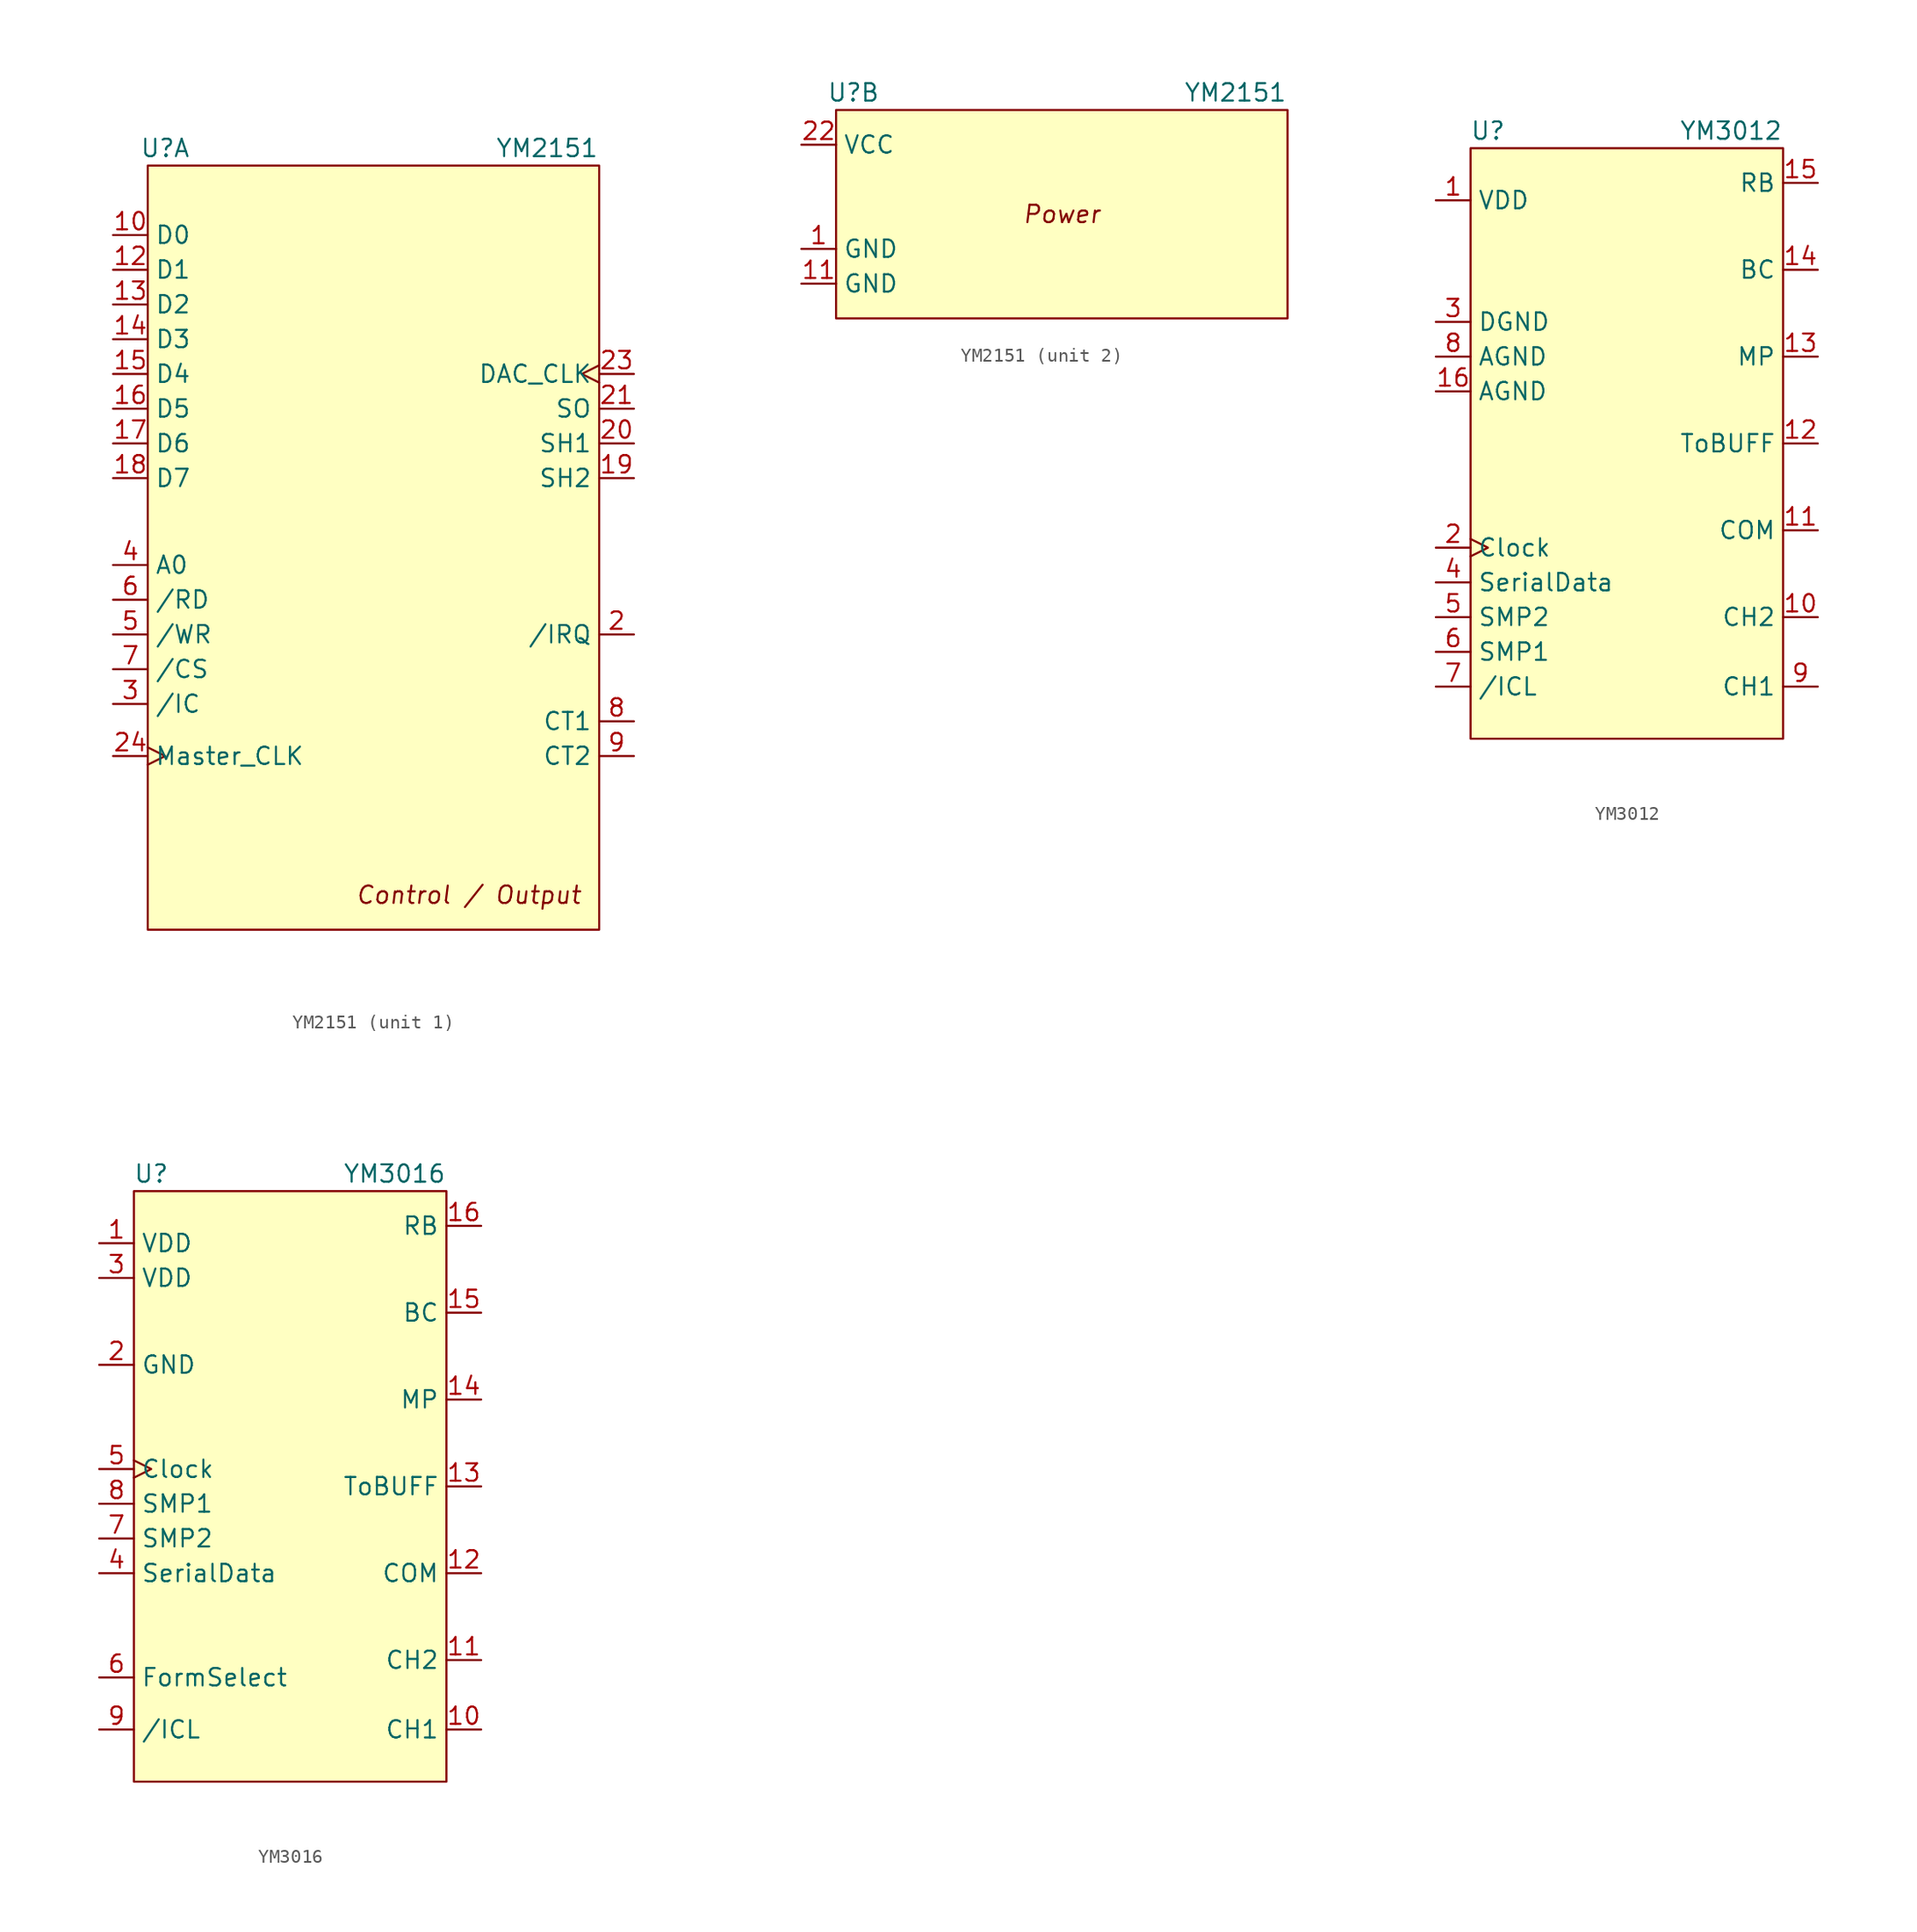
<source format=kicad_sym>
(kicad_symbol_lib
  (version 20211014)
  (generator kicad_symbol_editor)
  (symbol "YM2151"
    (property "Reference" "U"
      (at 3.81 54.61 0)
      (effects (font (size 1.27 1.27))))
    (property "Value" "YM2151"
      (at 31.75 54.61 0)
      (effects (font (size 1.27 1.27))))
    (symbol "YM2151_1_1"
      (rectangle (start 2.54 53.34) (end 35.56 -2.54) (stroke (width 0) (type default) (color 0 0 0 0)) (fill (type background)))
      (text "Control / Output" (at 34.29 0 0) (effects (font (size 1.27 1.27) italic) (justify right)))
      (pin input line (at 0 48.26 0) (length 2.54) (name "D0" (effects (font (size 1.27 1.27)))) (number "10" (effects (font (size 1.27 1.27)))))
      (pin input line (at 0 45.72 0) (length 2.54) (name "D1" (effects (font (size 1.27 1.27)))) (number "12" (effects (font (size 1.27 1.27)))))
      (pin input line (at 0 43.18 0) (length 2.54) (name "D2" (effects (font (size 1.27 1.27)))) (number "13" (effects (font (size 1.27 1.27)))))
      (pin input line (at 0 40.64 0) (length 2.54) (name "D3" (effects (font (size 1.27 1.27)))) (number "14" (effects (font (size 1.27 1.27)))))
      (pin input line (at 0 38.1 0) (length 2.54) (name "D4" (effects (font (size 1.27 1.27)))) (number "15" (effects (font (size 1.27 1.27)))))
      (pin input line (at 0 35.56 0) (length 2.54) (name "D5" (effects (font (size 1.27 1.27)))) (number "16" (effects (font (size 1.27 1.27)))))
      (pin input line (at 0 33.02 0) (length 2.54) (name "D6" (effects (font (size 1.27 1.27)))) (number "17" (effects (font (size 1.27 1.27)))))
      (pin input line (at 0 30.48 0) (length 2.54) (name "D7" (effects (font (size 1.27 1.27)))) (number "18" (effects (font (size 1.27 1.27)))))
      (pin output line (at 38.1 30.48 180) (length 2.54) (name "SH2" (effects (font (size 1.27 1.27)))) (number "19" (effects (font (size 1.27 1.27)))))
      (pin output line (at 38.1 19.05 180) (length 2.54) (name "/IRQ" (effects (font (size 1.27 1.27)))) (number "2" (effects (font (size 1.27 1.27)))))
      (pin output line (at 38.1 33.02 180) (length 2.54) (name "SH1" (effects (font (size 1.27 1.27)))) (number "20" (effects (font (size 1.27 1.27)))))
      (pin output line (at 38.1 35.56 180) (length 2.54) (name "SO" (effects (font (size 1.27 1.27)))) (number "21" (effects (font (size 1.27 1.27)))))
      (pin output clock (at 38.1 38.1 180) (length 2.54) (name "DAC_CLK" (effects (font (size 1.27 1.27)))) (number "23" (effects (font (size 1.27 1.27)))))
      (pin input clock (at 0 10.16 0) (length 2.54) (name "Master_CLK" (effects (font (size 1.27 1.27)))) (number "24" (effects (font (size 1.27 1.27)))))
      (pin input line (at 0 13.97 0) (length 2.54) (name "/IC" (effects (font (size 1.27 1.27)))) (number "3" (effects (font (size 1.27 1.27)))))
      (pin input line (at 0 24.13 0) (length 2.54) (name "A0" (effects (font (size 1.27 1.27)))) (number "4" (effects (font (size 1.27 1.27)))))
      (pin input line (at 0 19.05 0) (length 2.54) (name "/WR" (effects (font (size 1.27 1.27)))) (number "5" (effects (font (size 1.27 1.27)))))
      (pin input line (at 0 21.59 0) (length 2.54) (name "/RD" (effects (font (size 1.27 1.27)))) (number "6" (effects (font (size 1.27 1.27)))))
      (pin input line (at 0 16.51 0) (length 2.54) (name "/CS" (effects (font (size 1.27 1.27)))) (number "7" (effects (font (size 1.27 1.27)))))
      (pin output line (at 38.1 12.7 180) (length 2.54) (name "CT1" (effects (font (size 1.27 1.27)))) (number "8" (effects (font (size 1.27 1.27)))))
      (pin output line (at 38.1 10.16 180) (length 2.54) (name "CT2" (effects (font (size 1.27 1.27)))) (number "9" (effects (font (size 1.27 1.27))))))
    (symbol "YM2151_2_1"
      (rectangle (start 2.54 53.34) (end 35.56 38.1) (stroke (width 0) (type default) (color 0 0 0 0)) (fill (type background)))
      (text "Power" (at 19.05 45.72 0) (effects (font (size 1.27 1.27) italic)))
      (pin power_in line (at 0 43.18 0) (length 2.54) (name "GND" (effects (font (size 1.27 1.27)))) (number "1" (effects (font (size 1.27 1.27)))))
      (pin power_in line (at 0 40.64 0) (length 2.54) (name "GND" (effects (font (size 1.27 1.27)))) (number "11" (effects (font (size 1.27 1.27)))))
      (pin power_in line (at 0 50.8 0) (length 2.54) (name "VCC" (effects (font (size 1.27 1.27)))) (number "22" (effects (font (size 1.27 1.27)))))))
  (symbol "YM3012"
    (property "Reference" "U"
      (at 3.81 40.64 0)
      (effects (font (size 1.27 1.27))))
    (property "Value" "YM3012"
      (at 21.59 40.64 0)
      (effects (font (size 1.27 1.27))))
    (symbol "YM3012_0_1"
      (rectangle (start 2.54 39.37) (end 25.4 -3.81) (stroke (width 0) (type default) (color 0 0 0 0)) (fill (type background))))
    (symbol "YM3012_1_1"
      (pin power_in line (at 0 35.56 0) (length 2.54) (name "VDD" (effects (font (size 1.27 1.27)))) (number "1" (effects (font (size 1.27 1.27)))))
      (pin output line (at 27.94 5.08 180) (length 2.54) (name "CH2" (effects (font (size 1.27 1.27)))) (number "10" (effects (font (size 1.27 1.27)))))
      (pin input line (at 27.94 11.43 180) (length 2.54) (name "COM" (effects (font (size 1.27 1.27)))) (number "11" (effects (font (size 1.27 1.27)))))
      (pin output line (at 27.94 17.78 180) (length 2.54) (name "ToBUFF" (effects (font (size 1.27 1.27)))) (number "12" (effects (font (size 1.27 1.27)))))
      (pin input line (at 27.94 24.13 180) (length 2.54) (name "MP" (effects (font (size 1.27 1.27)))) (number "13" (effects (font (size 1.27 1.27)))))
      (pin passive line (at 27.94 30.48 180) (length 2.54) (name "BC" (effects (font (size 1.27 1.27)))) (number "14" (effects (font (size 1.27 1.27)))))
      (pin input line (at 27.94 36.83 180) (length 2.54) (name "RB" (effects (font (size 1.27 1.27)))) (number "15" (effects (font (size 1.27 1.27)))))
      (pin power_in line (at 0 21.59 0) (length 2.54) (name "AGND" (effects (font (size 1.27 1.27)))) (number "16" (effects (font (size 1.27 1.27)))))
      (pin input clock (at 0 10.16 0) (length 2.54) (name "Clock" (effects (font (size 1.27 1.27)))) (number "2" (effects (font (size 1.27 1.27)))))
      (pin power_in line (at 0 26.67 0) (length 2.54) (name "DGND" (effects (font (size 1.27 1.27)))) (number "3" (effects (font (size 1.27 1.27)))))
      (pin input line (at 0 7.62 0) (length 2.54) (name "SerialData" (effects (font (size 1.27 1.27)))) (number "4" (effects (font (size 1.27 1.27)))))
      (pin input line (at 0 5.08 0) (length 2.54) (name "SMP2" (effects (font (size 1.27 1.27)))) (number "5" (effects (font (size 1.27 1.27)))))
      (pin input line (at 0 2.54 0) (length 2.54) (name "SMP1" (effects (font (size 1.27 1.27)))) (number "6" (effects (font (size 1.27 1.27)))))
      (pin input line (at 0 0 0) (length 2.54) (name "/ICL" (effects (font (size 1.27 1.27)))) (number "7" (effects (font (size 1.27 1.27)))))
      (pin power_in line (at 0 24.13 0) (length 2.54) (name "AGND" (effects (font (size 1.27 1.27)))) (number "8" (effects (font (size 1.27 1.27)))))
      (pin output line (at 27.94 0 180) (length 2.54) (name "CH1" (effects (font (size 1.27 1.27)))) (number "9" (effects (font (size 1.27 1.27)))))))
  (symbol "YM3016"
    (property "Reference" "U"
      (at -8.89 22.86 0)
      (effects (font (size 1.27 1.27))))
    (property "Value" "YM3016"
      (at 12.7 22.86 0)
      (effects (font (size 1.27 1.27)) (justify right)))
    (symbol "YM3016_0_1"
      (rectangle (start -10.16 21.59) (end 12.7 -21.59) (stroke (width 0) (type default) (color 0 0 0 0)) (fill (type background))))
    (symbol "YM3016_1_1"
      (pin power_in line (at -12.7 17.78 0) (length 2.54) (name "VDD" (effects (font (size 1.27 1.27)))) (number "1" (effects (font (size 1.27 1.27)))))
      (pin output line (at 15.24 -17.78 180) (length 2.54) (name "CH1" (effects (font (size 1.27 1.27)))) (number "10" (effects (font (size 1.27 1.27)))))
      (pin output line (at 15.24 -12.7 180) (length 2.54) (name "CH2" (effects (font (size 1.27 1.27)))) (number "11" (effects (font (size 1.27 1.27)))))
      (pin input line (at 15.24 -6.35 180) (length 2.54) (name "COM" (effects (font (size 1.27 1.27)))) (number "12" (effects (font (size 1.27 1.27)))))
      (pin output line (at 15.24 0 180) (length 2.54) (name "ToBUFF" (effects (font (size 1.27 1.27)))) (number "13" (effects (font (size 1.27 1.27)))))
      (pin input line (at 15.24 6.35 180) (length 2.54) (name "MP" (effects (font (size 1.27 1.27)))) (number "14" (effects (font (size 1.27 1.27)))))
      (pin passive line (at 15.24 12.7 180) (length 2.54) (name "BC" (effects (font (size 1.27 1.27)))) (number "15" (effects (font (size 1.27 1.27)))))
      (pin output line (at 15.24 19.05 180) (length 2.54) (name "RB" (effects (font (size 1.27 1.27)))) (number "16" (effects (font (size 1.27 1.27)))))
      (pin power_in line (at -12.7 8.89 0) (length 2.54) (name "GND" (effects (font (size 1.27 1.27)))) (number "2" (effects (font (size 1.27 1.27)))))
      (pin power_in line (at -12.7 15.24 0) (length 2.54) (name "VDD" (effects (font (size 1.27 1.27)))) (number "3" (effects (font (size 1.27 1.27)))))
      (pin input line (at -12.7 -6.35 0) (length 2.54) (name "SerialData" (effects (font (size 1.27 1.27)))) (number "4" (effects (font (size 1.27 1.27)))))
      (pin input clock (at -12.7 1.27 0) (length 2.54) (name "Clock" (effects (font (size 1.27 1.27)))) (number "5" (effects (font (size 1.27 1.27)))))
      (pin input line (at -12.7 -13.97 0) (length 2.54) (name "FormSelect" (effects (font (size 1.27 1.27)))) (number "6" (effects (font (size 1.27 1.27)))))
      (pin input line (at -12.7 -3.81 0) (length 2.54) (name "SMP2" (effects (font (size 1.27 1.27)))) (number "7" (effects (font (size 1.27 1.27)))))
      (pin input line (at -12.7 -1.27 0) (length 2.54) (name "SMP1" (effects (font (size 1.27 1.27)))) (number "8" (effects (font (size 1.27 1.27)))))
      (pin input line (at -12.7 -17.78 0) (length 2.54) (name "/ICL" (effects (font (size 1.27 1.27)))) (number "9" (effects (font (size 1.27 1.27))))))))
</source>
